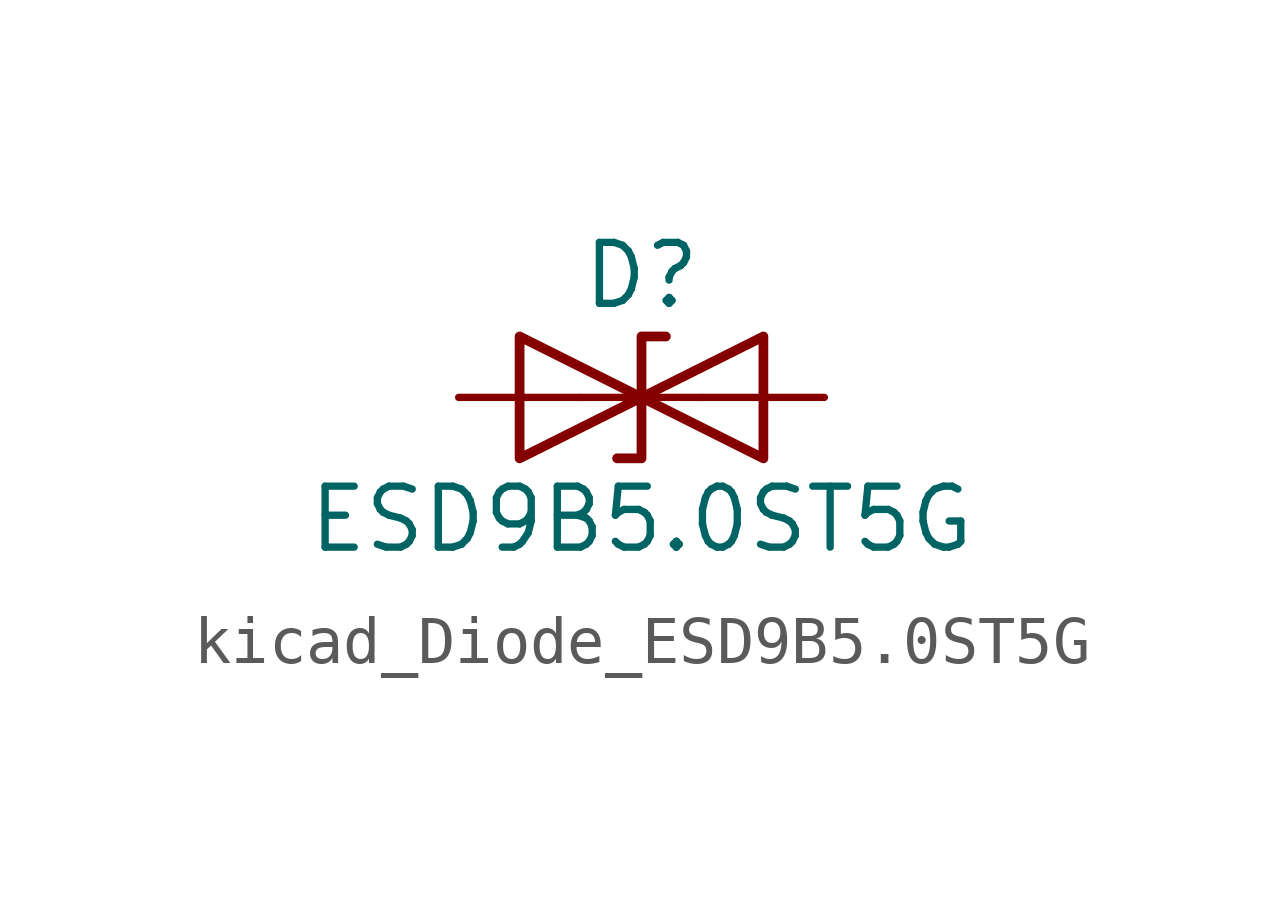
<source format=kicad_sym>
(kicad_symbol_lib
  (version 20220914)
  (generator kicad_symbol_editor)
  (symbol "kicad_Diode_ESD9B5.0ST5G"
    (pin_numbers hide)
    (pin_names
      (offset 1.016) hide)
    (property "Reference" "D"
      (at 0 2.54 0)
      (effects (font (size 1.27 1.27))))
    (property "Value" "ESD9B5.0ST5G"
      (at 0 -2.54 0)
      (effects (font (size 1.27 1.27))))
    (symbol "kicad_Diode_ESD9B5.0ST5G_0_1"
      (polyline (pts (xy 1.27 0) (xy -1.27 0)) (stroke (width 0) (type default)) (fill (type none)))
      (polyline (pts (xy -2.54 -1.27) (xy 0 0) (xy -2.54 1.27) (xy -2.54 -1.27)) (stroke (width 0.203) (type default)) (fill (type none)))
      (polyline (pts (xy 0.508 1.27) (xy 0 1.27) (xy 0 -1.27) (xy -0.508 -1.27)) (stroke (width 0.203) (type default)) (fill (type none)))
      (polyline (pts (xy 2.54 1.27) (xy 2.54 -1.27) (xy 0 0) (xy 2.54 1.27)) (stroke (width 0.203) (type default)) (fill (type none))))
    (symbol "kicad_Diode_ESD9B5.0ST5G_1_1"
      (pin passive line (at -3.81 0 0) (length 2.54) (name "A1" (effects (font (size 1.27 1.27)))) (number "1" (effects (font (size 1.27 1.27)))))
      (pin passive line (at 3.81 0 180) (length 2.54) (name "A2" (effects (font (size 1.27 1.27)))) (number "2" (effects (font (size 1.27 1.27))))))))
</source>
